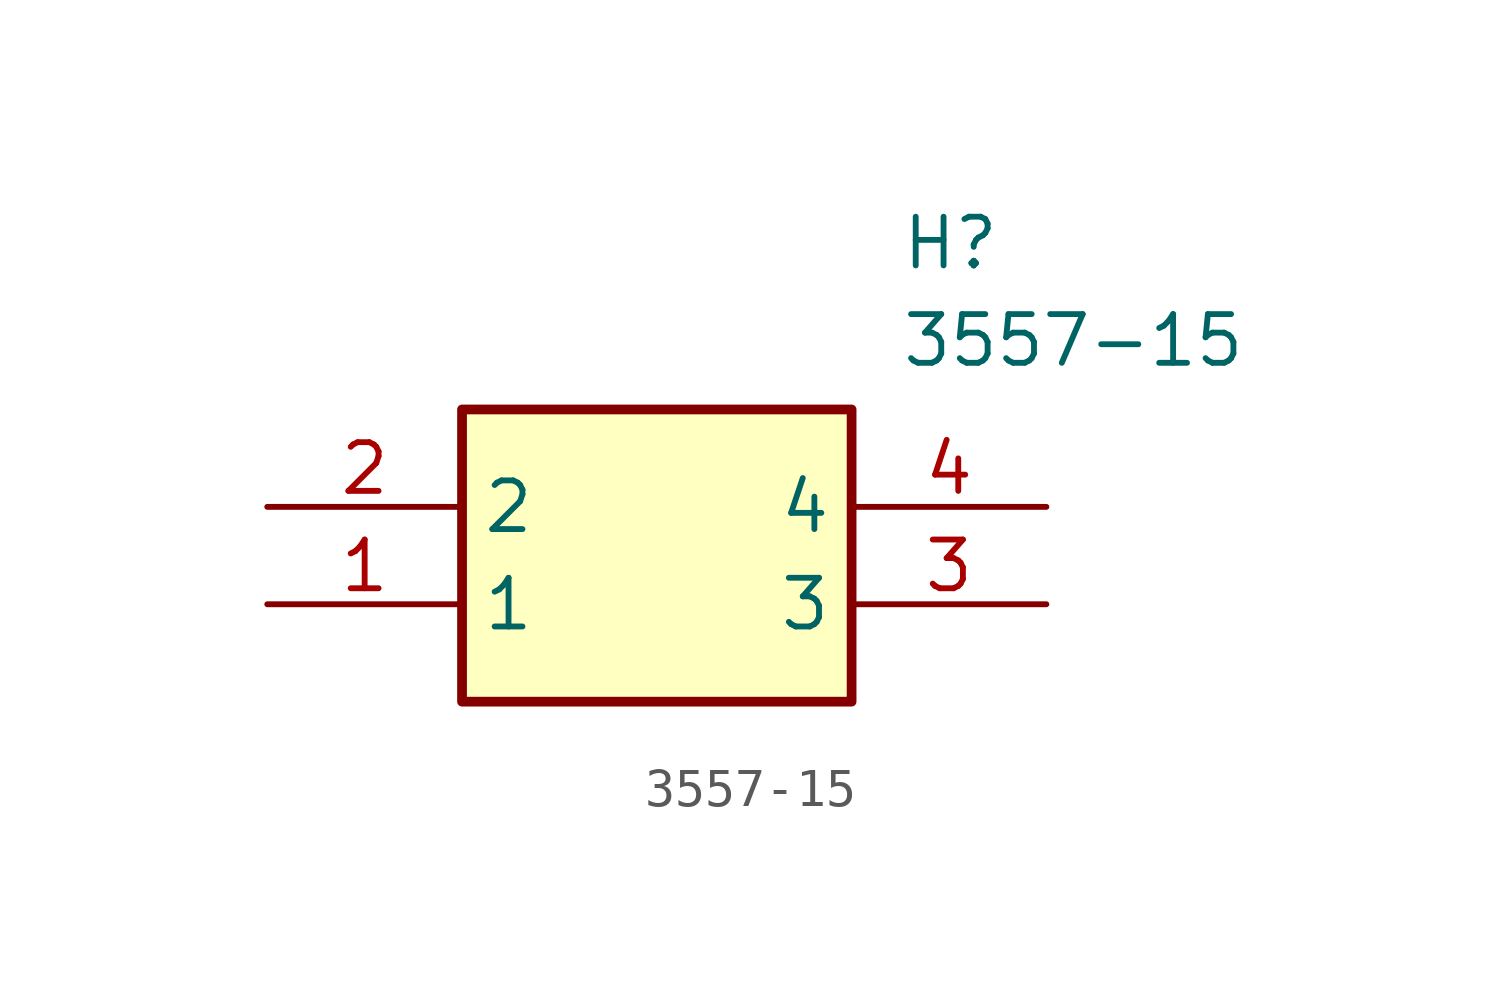
<source format=kicad_sym>
(kicad_symbol_lib
  (version 20220914)
  (generator kicad_symbol_editor)
  (symbol "3557-15"
    (property "Reference" "H"
      (at 16.51 7.62 0)
      (effects (font (size 1.27 1.27)) (justify left top)))
    (property "Value" "3557-15"
      (at 16.51 5.08 0)
      (effects (font (size 1.27 1.27)) (justify left top)))
    (symbol "3557-15_1_1"
      (rectangle (start 5.08 2.54) (end 15.24 -5.08) (stroke (width 0.254) (type default)) (fill (type background)))
      (pin passive line (at 0 -2.54 0) (length 5.08) (name "1" (effects (font (size 1.27 1.27)))) (number "1" (effects (font (size 1.27 1.27)))))
      (pin passive line (at 0 0 0) (length 5.08) (name "2" (effects (font (size 1.27 1.27)))) (number "2" (effects (font (size 1.27 1.27)))))
      (pin passive line (at 20.32 -2.54 180) (length 5.08) (name "3" (effects (font (size 1.27 1.27)))) (number "3" (effects (font (size 1.27 1.27)))))
      (pin passive line (at 20.32 0 180) (length 5.08) (name "4" (effects (font (size 1.27 1.27)))) (number "4" (effects (font (size 1.27 1.27))))))))
</source>
